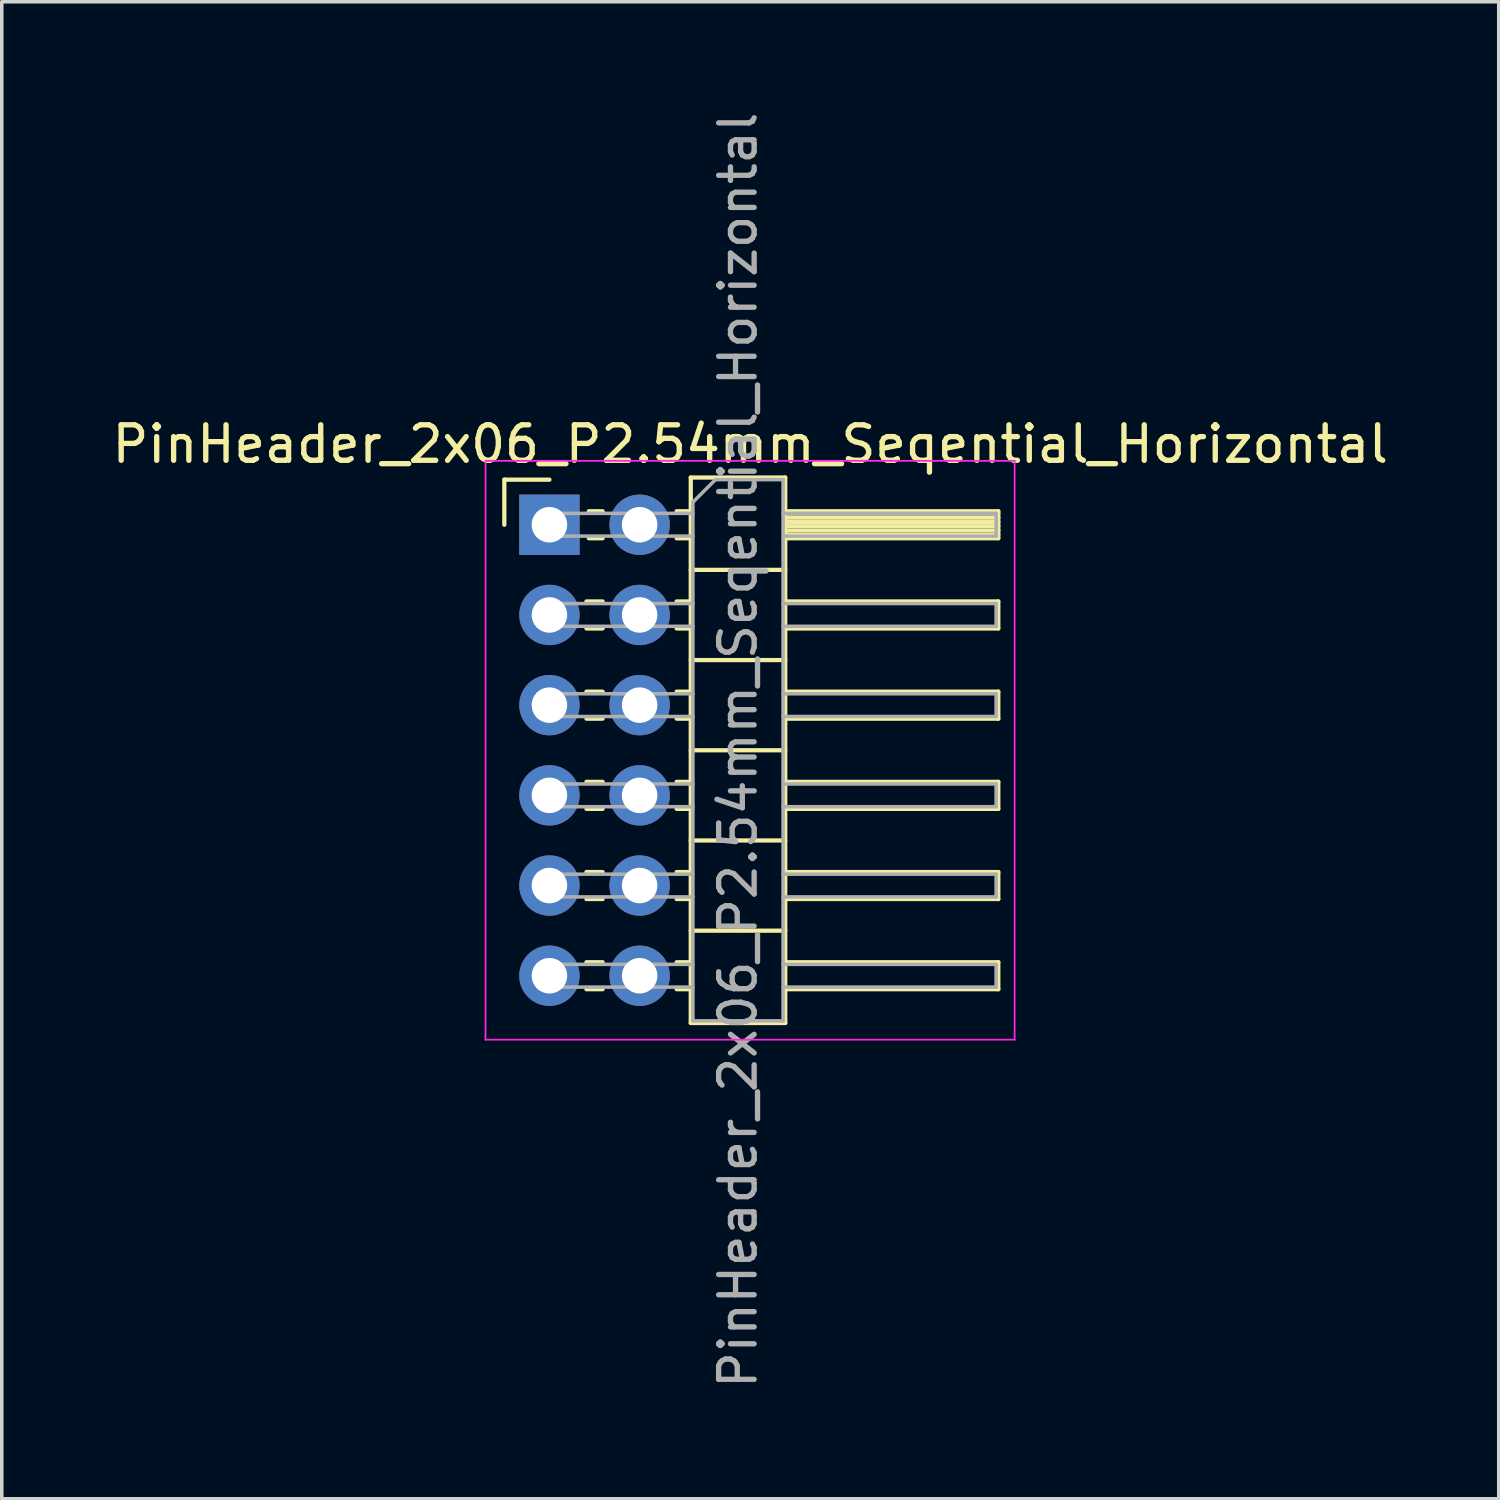
<source format=kicad_pcb>
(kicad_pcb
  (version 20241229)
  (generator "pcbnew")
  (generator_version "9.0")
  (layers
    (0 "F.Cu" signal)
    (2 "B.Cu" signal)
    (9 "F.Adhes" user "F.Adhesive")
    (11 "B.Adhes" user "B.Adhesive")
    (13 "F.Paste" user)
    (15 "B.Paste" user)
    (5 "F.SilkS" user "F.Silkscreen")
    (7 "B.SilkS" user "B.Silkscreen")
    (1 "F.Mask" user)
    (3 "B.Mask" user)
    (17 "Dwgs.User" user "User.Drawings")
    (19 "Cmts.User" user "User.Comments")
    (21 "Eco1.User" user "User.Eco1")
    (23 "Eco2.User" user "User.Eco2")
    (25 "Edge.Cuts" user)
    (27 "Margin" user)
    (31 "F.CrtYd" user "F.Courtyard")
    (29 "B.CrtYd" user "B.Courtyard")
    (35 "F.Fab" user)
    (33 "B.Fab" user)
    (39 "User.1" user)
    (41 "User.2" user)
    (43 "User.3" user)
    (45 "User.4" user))
  (footprint "PinHeader_2x06_P2.54mm_Seqential_Horizontal"
    (layer "F.Cu")
    (at 12.422 11.727)
    (property "Reference" "PinHeader_2x06_P2.54mm_Seqential_Horizontal" (at 5.655 -2.27 0) (layer "F.SilkS") (effects (font (size 1 1) (thickness 0.15))))
    (attr through_hole)
    (fp_line (start -1.27 -1.27) (end 0 -1.27) (stroke (width 0.12) (type solid)) (layer "F.SilkS"))
    (fp_line (start -1.27 0) (end -1.27 -1.27) (stroke (width 0.12) (type solid)) (layer "F.SilkS"))
    (fp_line (start 1.043 2.16) (end 1.497 2.16) (stroke (width 0.12) (type solid)) (layer "F.SilkS"))
    (fp_line (start 1.043 2.92) (end 1.497 2.92) (stroke (width 0.12) (type solid)) (layer "F.SilkS"))
    (fp_line (start 1.043 4.7) (end 1.497 4.7) (stroke (width 0.12) (type solid)) (layer "F.SilkS"))
    (fp_line (start 1.043 5.46) (end 1.497 5.46) (stroke (width 0.12) (type solid)) (layer "F.SilkS"))
    (fp_line (start 1.043 7.24) (end 1.497 7.24) (stroke (width 0.12) (type solid)) (layer "F.SilkS"))
    (fp_line (start 1.043 8) (end 1.497 8) (stroke (width 0.12) (type solid)) (layer "F.SilkS"))
    (fp_line (start 1.043 9.78) (end 1.497 9.78) (stroke (width 0.12) (type solid)) (layer "F.SilkS"))
    (fp_line (start 1.043 10.54) (end 1.497 10.54) (stroke (width 0.12) (type solid)) (layer "F.SilkS"))
    (fp_line (start 1.043 12.32) (end 1.497 12.32) (stroke (width 0.12) (type solid)) (layer "F.SilkS"))
    (fp_line (start 1.043 13.08) (end 1.497 13.08) (stroke (width 0.12) (type solid)) (layer "F.SilkS"))
    (fp_line (start 1.11 -0.38) (end 1.497 -0.38) (stroke (width 0.12) (type solid)) (layer "F.SilkS"))
    (fp_line (start 1.11 0.38) (end 1.497 0.38) (stroke (width 0.12) (type solid)) (layer "F.SilkS"))
    (fp_line (start 3.583 -0.38) (end 3.98 -0.38) (stroke (width 0.12) (type solid)) (layer "F.SilkS"))
    (fp_line (start 3.583 0.38) (end 3.98 0.38) (stroke (width 0.12) (type solid)) (layer "F.SilkS"))
    (fp_line (start 3.583 2.16) (end 3.98 2.16) (stroke (width 0.12) (type solid)) (layer "F.SilkS"))
    (fp_line (start 3.583 2.92) (end 3.98 2.92) (stroke (width 0.12) (type solid)) (layer "F.SilkS"))
    (fp_line (start 3.583 4.7) (end 3.98 4.7) (stroke (width 0.12) (type solid)) (layer "F.SilkS"))
    (fp_line (start 3.583 5.46) (end 3.98 5.46) (stroke (width 0.12) (type solid)) (layer "F.SilkS"))
    (fp_line (start 3.583 7.24) (end 3.98 7.24) (stroke (width 0.12) (type solid)) (layer "F.SilkS"))
    (fp_line (start 3.583 8) (end 3.98 8) (stroke (width 0.12) (type solid)) (layer "F.SilkS"))
    (fp_line (start 3.583 9.78) (end 3.98 9.78) (stroke (width 0.12) (type solid)) (layer "F.SilkS"))
    (fp_line (start 3.583 10.54) (end 3.98 10.54) (stroke (width 0.12) (type solid)) (layer "F.SilkS"))
    (fp_line (start 3.583 12.32) (end 3.98 12.32) (stroke (width 0.12) (type solid)) (layer "F.SilkS"))
    (fp_line (start 3.583 13.08) (end 3.98 13.08) (stroke (width 0.12) (type solid)) (layer "F.SilkS"))
    (fp_line (start 3.98 -1.33) (end 3.98 14.03) (stroke (width 0.12) (type solid)) (layer "F.SilkS"))
    (fp_line (start 3.98 1.27) (end 6.64 1.27) (stroke (width 0.12) (type solid)) (layer "F.SilkS"))
    (fp_line (start 3.98 3.81) (end 6.64 3.81) (stroke (width 0.12) (type solid)) (layer "F.SilkS"))
    (fp_line (start 3.98 6.35) (end 6.64 6.35) (stroke (width 0.12) (type solid)) (layer "F.SilkS"))
    (fp_line (start 3.98 8.89) (end 6.64 8.89) (stroke (width 0.12) (type solid)) (layer "F.SilkS"))
    (fp_line (start 3.98 11.43) (end 6.64 11.43) (stroke (width 0.12) (type solid)) (layer "F.SilkS"))
    (fp_line (start 3.98 14.03) (end 6.64 14.03) (stroke (width 0.12) (type solid)) (layer "F.SilkS"))
    (fp_line (start 6.64 -1.33) (end 3.98 -1.33) (stroke (width 0.12) (type solid)) (layer "F.SilkS"))
    (fp_line (start 6.64 -0.38) (end 12.64 -0.38) (stroke (width 0.12) (type solid)) (layer "F.SilkS"))
    (fp_line (start 6.64 -0.32) (end 12.64 -0.32) (stroke (width 0.12) (type solid)) (layer "F.SilkS"))
    (fp_line (start 6.64 -0.2) (end 12.64 -0.2) (stroke (width 0.12) (type solid)) (layer "F.SilkS"))
    (fp_line (start 6.64 -0.08) (end 12.64 -0.08) (stroke (width 0.12) (type solid)) (layer "F.SilkS"))
    (fp_line (start 6.64 0.04) (end 12.64 0.04) (stroke (width 0.12) (type solid)) (layer "F.SilkS"))
    (fp_line (start 6.64 0.16) (end 12.64 0.16) (stroke (width 0.12) (type solid)) (layer "F.SilkS"))
    (fp_line (start 6.64 0.28) (end 12.64 0.28) (stroke (width 0.12) (type solid)) (layer "F.SilkS"))
    (fp_line (start 6.64 2.16) (end 12.64 2.16) (stroke (width 0.12) (type solid)) (layer "F.SilkS"))
    (fp_line (start 6.64 4.7) (end 12.64 4.7) (stroke (width 0.12) (type solid)) (layer "F.SilkS"))
    (fp_line (start 6.64 7.24) (end 12.64 7.24) (stroke (width 0.12) (type solid)) (layer "F.SilkS"))
    (fp_line (start 6.64 9.78) (end 12.64 9.78) (stroke (width 0.12) (type solid)) (layer "F.SilkS"))
    (fp_line (start 6.64 12.32) (end 12.64 12.32) (stroke (width 0.12) (type solid)) (layer "F.SilkS"))
    (fp_line (start 6.64 14.03) (end 6.64 -1.33) (stroke (width 0.12) (type solid)) (layer "F.SilkS"))
    (fp_line (start 12.64 -0.38) (end 12.64 0.38) (stroke (width 0.12) (type solid)) (layer "F.SilkS"))
    (fp_line (start 12.64 0.38) (end 6.64 0.38) (stroke (width 0.12) (type solid)) (layer "F.SilkS"))
    (fp_line (start 12.64 2.16) (end 12.64 2.92) (stroke (width 0.12) (type solid)) (layer "F.SilkS"))
    (fp_line (start 12.64 2.92) (end 6.64 2.92) (stroke (width 0.12) (type solid)) (layer "F.SilkS"))
    (fp_line (start 12.64 4.7) (end 12.64 5.46) (stroke (width 0.12) (type solid)) (layer "F.SilkS"))
    (fp_line (start 12.64 5.46) (end 6.64 5.46) (stroke (width 0.12) (type solid)) (layer "F.SilkS"))
    (fp_line (start 12.64 7.24) (end 12.64 8) (stroke (width 0.12) (type solid)) (layer "F.SilkS"))
    (fp_line (start 12.64 8) (end 6.64 8) (stroke (width 0.12) (type solid)) (layer "F.SilkS"))
    (fp_line (start 12.64 9.78) (end 12.64 10.54) (stroke (width 0.12) (type solid)) (layer "F.SilkS"))
    (fp_line (start 12.64 10.54) (end 6.64 10.54) (stroke (width 0.12) (type solid)) (layer "F.SilkS"))
    (fp_line (start 12.64 12.32) (end 12.64 13.08) (stroke (width 0.12) (type solid)) (layer "F.SilkS"))
    (fp_line (start 12.64 13.08) (end 6.64 13.08) (stroke (width 0.12) (type solid)) (layer "F.SilkS"))
    (fp_line (start -1.8 -1.8) (end -1.8 14.5) (stroke (width 0.05) (type solid)) (layer "F.CrtYd"))
    (fp_line (start -1.8 14.5) (end 13.1 14.5) (stroke (width 0.05) (type solid)) (layer "F.CrtYd"))
    (fp_line (start 13.1 -1.8) (end -1.8 -1.8) (stroke (width 0.05) (type solid)) (layer "F.CrtYd"))
    (fp_line (start 13.1 14.5) (end 13.1 -1.8) (stroke (width 0.05) (type solid)) (layer "F.CrtYd"))
    (fp_line (start -0.32 -0.32) (end -0.32 0.32) (stroke (width 0.1) (type solid)) (layer "F.Fab"))
    (fp_line (start -0.32 -0.32) (end 4.04 -0.32) (stroke (width 0.1) (type solid)) (layer "F.Fab"))
    (fp_line (start -0.32 0.32) (end 4.04 0.32) (stroke (width 0.1) (type solid)) (layer "F.Fab"))
    (fp_line (start -0.32 2.22) (end -0.32 2.86) (stroke (width 0.1) (type solid)) (layer "F.Fab"))
    (fp_line (start -0.32 2.22) (end 4.04 2.22) (stroke (width 0.1) (type solid)) (layer "F.Fab"))
    (fp_line (start -0.32 2.86) (end 4.04 2.86) (stroke (width 0.1) (type solid)) (layer "F.Fab"))
    (fp_line (start -0.32 4.76) (end -0.32 5.4) (stroke (width 0.1) (type solid)) (layer "F.Fab"))
    (fp_line (start -0.32 4.76) (end 4.04 4.76) (stroke (width 0.1) (type solid)) (layer "F.Fab"))
    (fp_line (start -0.32 5.4) (end 4.04 5.4) (stroke (width 0.1) (type solid)) (layer "F.Fab"))
    (fp_line (start -0.32 7.3) (end -0.32 7.94) (stroke (width 0.1) (type solid)) (layer "F.Fab"))
    (fp_line (start -0.32 7.3) (end 4.04 7.3) (stroke (width 0.1) (type solid)) (layer "F.Fab"))
    (fp_line (start -0.32 7.94) (end 4.04 7.94) (stroke (width 0.1) (type solid)) (layer "F.Fab"))
    (fp_line (start -0.32 9.84) (end -0.32 10.48) (stroke (width 0.1) (type solid)) (layer "F.Fab"))
    (fp_line (start -0.32 9.84) (end 4.04 9.84) (stroke (width 0.1) (type solid)) (layer "F.Fab"))
    (fp_line (start -0.32 10.48) (end 4.04 10.48) (stroke (width 0.1) (type solid)) (layer "F.Fab"))
    (fp_line (start -0.32 12.38) (end -0.32 13.02) (stroke (width 0.1) (type solid)) (layer "F.Fab"))
    (fp_line (start -0.32 12.38) (end 4.04 12.38) (stroke (width 0.1) (type solid)) (layer "F.Fab"))
    (fp_line (start -0.32 13.02) (end 4.04 13.02) (stroke (width 0.1) (type solid)) (layer "F.Fab"))
    (fp_line (start 4.04 -0.635) (end 4.675 -1.27) (stroke (width 0.1) (type solid)) (layer "F.Fab"))
    (fp_line (start 4.04 13.97) (end 4.04 -0.635) (stroke (width 0.1) (type solid)) (layer "F.Fab"))
    (fp_line (start 4.675 -1.27) (end 6.58 -1.27) (stroke (width 0.1) (type solid)) (layer "F.Fab"))
    (fp_line (start 6.58 -1.27) (end 6.58 13.97) (stroke (width 0.1) (type solid)) (layer "F.Fab"))
    (fp_line (start 6.58 -0.32) (end 12.58 -0.32) (stroke (width 0.1) (type solid)) (layer "F.Fab"))
    (fp_line (start 6.58 0.32) (end 12.58 0.32) (stroke (width 0.1) (type solid)) (layer "F.Fab"))
    (fp_line (start 6.58 2.22) (end 12.58 2.22) (stroke (width 0.1) (type solid)) (layer "F.Fab"))
    (fp_line (start 6.58 2.86) (end 12.58 2.86) (stroke (width 0.1) (type solid)) (layer "F.Fab"))
    (fp_line (start 6.58 4.76) (end 12.58 4.76) (stroke (width 0.1) (type solid)) (layer "F.Fab"))
    (fp_line (start 6.58 5.4) (end 12.58 5.4) (stroke (width 0.1) (type solid)) (layer "F.Fab"))
    (fp_line (start 6.58 7.3) (end 12.58 7.3) (stroke (width 0.1) (type solid)) (layer "F.Fab"))
    (fp_line (start 6.58 7.94) (end 12.58 7.94) (stroke (width 0.1) (type solid)) (layer "F.Fab"))
    (fp_line (start 6.58 9.84) (end 12.58 9.84) (stroke (width 0.1) (type solid)) (layer "F.Fab"))
    (fp_line (start 6.58 10.48) (end 12.58 10.48) (stroke (width 0.1) (type solid)) (layer "F.Fab"))
    (fp_line (start 6.58 12.38) (end 12.58 12.38) (stroke (width 0.1) (type solid)) (layer "F.Fab"))
    (fp_line (start 6.58 13.02) (end 12.58 13.02) (stroke (width 0.1) (type solid)) (layer "F.Fab"))
    (fp_line (start 6.58 13.97) (end 4.04 13.97) (stroke (width 0.1) (type solid)) (layer "F.Fab"))
    (fp_line (start 12.58 -0.32) (end 12.58 0.32) (stroke (width 0.1) (type solid)) (layer "F.Fab"))
    (fp_line (start 12.58 2.22) (end 12.58 2.86) (stroke (width 0.1) (type solid)) (layer "F.Fab"))
    (fp_line (start 12.58 4.76) (end 12.58 5.4) (stroke (width 0.1) (type solid)) (layer "F.Fab"))
    (fp_line (start 12.58 7.3) (end 12.58 7.94) (stroke (width 0.1) (type solid)) (layer "F.Fab"))
    (fp_line (start 12.58 9.84) (end 12.58 10.48) (stroke (width 0.1) (type solid)) (layer "F.Fab"))
    (fp_line (start 12.58 12.38) (end 12.58 13.02) (stroke (width 0.1) (type solid)) (layer "F.Fab"))
    (fp_text user "${REFERENCE}" (at 5.31 6.35 90) (layer "F.Fab") (effects (font (size 1 1) (thickness 0.15))))
    (pad "1" thru_hole rect (at 0 0) (size 1.7 1.7) (drill 1) (layers "*.Cu" "*.Mask"))
    (pad "2" thru_hole oval (at 0 2.54) (size 1.7 1.7) (drill 1) (layers "*.Cu" "*.Mask"))
    (pad "3" thru_hole oval (at 0 5.08) (size 1.7 1.7) (drill 1) (layers "*.Cu" "*.Mask"))
    (pad "4" thru_hole oval (at 0 7.62) (size 1.7 1.7) (drill 1) (layers "*.Cu" "*.Mask"))
    (pad "5" thru_hole oval (at 0 10.16) (size 1.7 1.7) (drill 1) (layers "*.Cu" "*.Mask"))
    (pad "6" thru_hole oval (at 0 12.7) (size 1.7 1.7) (drill 1) (layers "*.Cu" "*.Mask"))
    (pad "7" thru_hole oval (at 2.54 0) (size 1.7 1.7) (drill 1) (layers "*.Cu" "*.Mask"))
    (pad "8" thru_hole oval (at 2.54 2.54) (size 1.7 1.7) (drill 1) (layers "*.Cu" "*.Mask"))
    (pad "9" thru_hole oval (at 2.54 5.08) (size 1.7 1.7) (drill 1) (layers "*.Cu" "*.Mask"))
    (pad "10" thru_hole oval (at 2.54 7.62) (size 1.7 1.7) (drill 1) (layers "*.Cu" "*.Mask"))
    (pad "11" thru_hole oval (at 2.54 10.16) (size 1.7 1.7) (drill 1) (layers "*.Cu" "*.Mask"))
    (pad "12" thru_hole oval (at 2.54 12.7) (size 1.7 1.7) (drill 1) (layers "*.Cu" "*.Mask")))
  (gr_rect
    (start -3 -3)
    (end 39.155 39.155)
    (stroke (width 0.1) (type default))
    (fill no)
    (layer "Edge.Cuts")))
</source>
